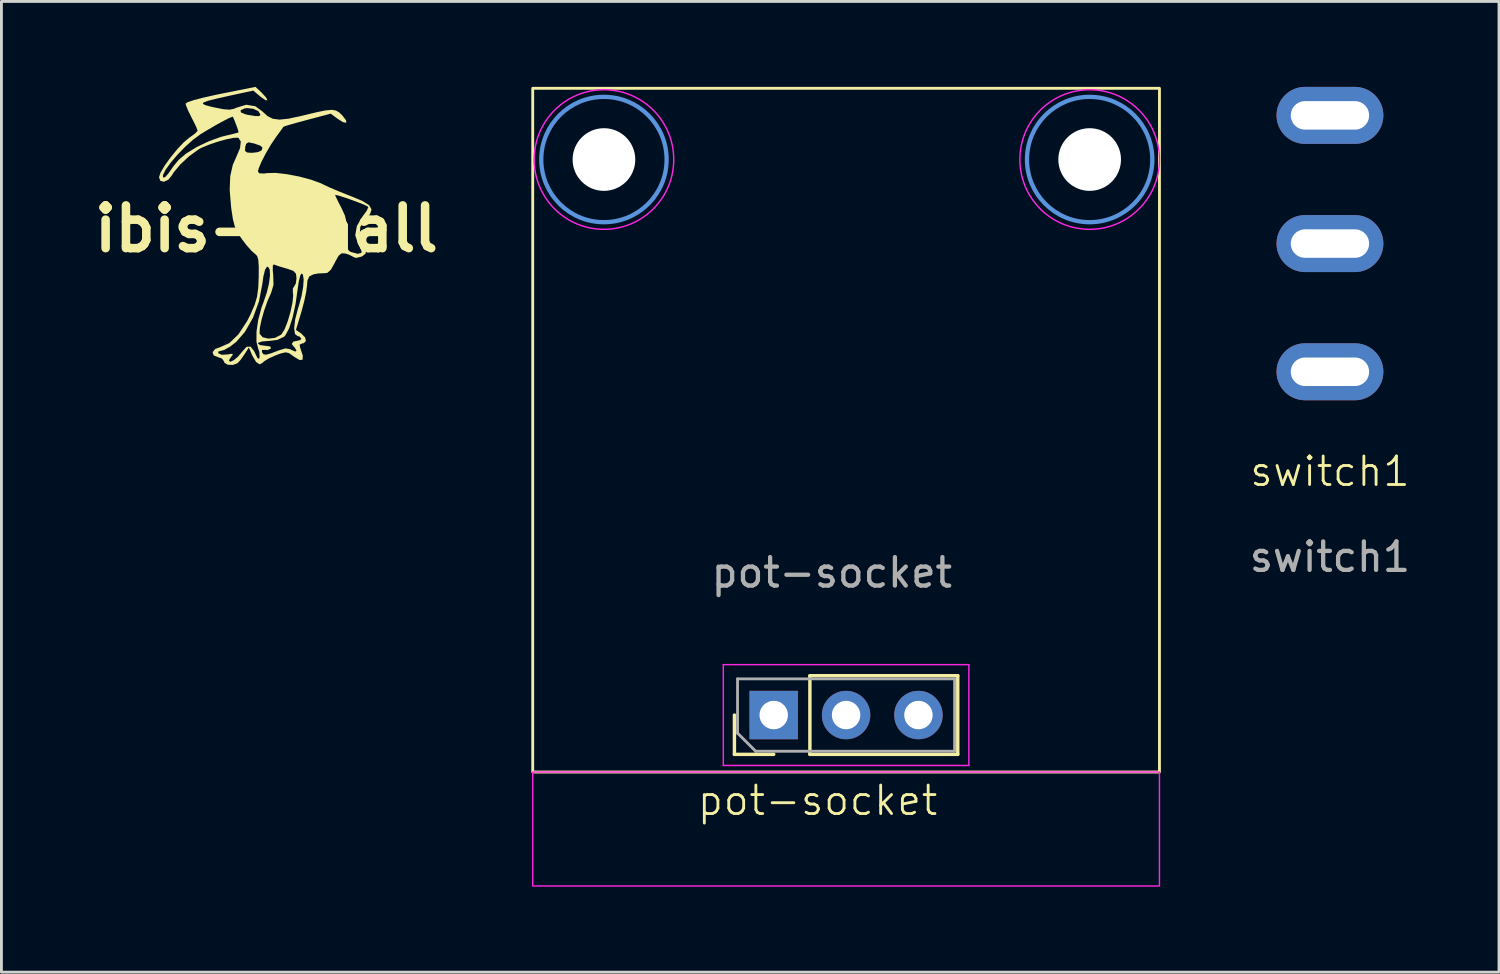
<source format=kicad_pcb>
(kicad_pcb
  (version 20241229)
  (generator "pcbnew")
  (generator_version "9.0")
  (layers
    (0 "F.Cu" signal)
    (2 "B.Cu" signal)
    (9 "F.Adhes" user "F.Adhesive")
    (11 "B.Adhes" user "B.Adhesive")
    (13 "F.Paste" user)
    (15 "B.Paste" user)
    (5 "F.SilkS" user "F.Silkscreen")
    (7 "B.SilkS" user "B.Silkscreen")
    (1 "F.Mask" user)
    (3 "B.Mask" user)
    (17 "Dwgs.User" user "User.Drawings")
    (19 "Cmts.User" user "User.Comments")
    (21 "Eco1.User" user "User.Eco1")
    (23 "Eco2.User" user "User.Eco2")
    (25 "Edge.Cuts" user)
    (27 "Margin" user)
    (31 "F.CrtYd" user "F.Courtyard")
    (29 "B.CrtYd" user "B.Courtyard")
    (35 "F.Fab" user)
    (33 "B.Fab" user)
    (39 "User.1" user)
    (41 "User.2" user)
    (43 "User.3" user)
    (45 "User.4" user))
  (footprint "ibis-small"
    (layer "F.Cu")
    (at 6.3 4.982)
    (property "Reference" "ibis-small" (at 0 0 0) (layer "F.SilkS") (effects (font (size 1.5 1.5) (thickness 0.3))))
    (attr board_only exclude_from_pos_files exclude_from_bom)
    (fp_poly (pts (xy -0.169 -4.784) (xy -0.008 -4.609) (xy 0.037 -4.513) (xy -0.028 -4.514) (xy -0.198 -4.632) (xy -0.209 -4.641) (xy -0.459 -4.852) (xy -1.237 -4.684) (xy -1.708 -4.579) (xy -2.023 -4.501) (xy -2.195 -4.441) (xy -2.233 -4.391) (xy -2.148 -4.343) (xy -1.951 -4.289) (xy -1.821 -4.26) (xy -1.5 -4.197) (xy -1.288 -4.182) (xy -1.132 -4.215) (xy -1.059 -4.248) (xy -0.706 -4.356) (xy -0.384 -4.301) (xy -0.14 -4.121) (xy 0.04 -3.957) (xy 0.229 -3.862) (xy 0.463 -3.833) (xy 0.777 -3.866) (xy 1.208 -3.958) (xy 1.318 -3.985) (xy 1.763 -4.092) (xy 2.077 -4.156) (xy 2.293 -4.176) (xy 2.442 -4.152) (xy 2.558 -4.085) (xy 2.667 -3.98) (xy 2.801 -3.803) (xy 2.803 -3.721) (xy 2.687 -3.745) (xy 2.512 -3.855) (xy 2.259 -4.042) (xy 1.437 -3.824) (xy 1.09 -3.731) (xy 0.813 -3.652) (xy 0.64 -3.598) (xy 0.6 -3.581) (xy 0.546 -3.504) (xy 0.424 -3.337) (xy 0.343 -3.227) (xy 0.159 -2.953) (xy -0.021 -2.646) (xy -0.172 -2.353) (xy -0.271 -2.118) (xy -0.296 -2.01) (xy -0.242 -1.945) (xy -0.061 -1.943) (xy 0.036 -1.956) (xy 0.329 -1.963) (xy 0.72 -1.918) (xy 1.154 -1.835) (xy 1.571 -1.724) (xy 1.914 -1.598) (xy 1.99 -1.561) (xy 2.209 -1.457) (xy 2.528 -1.321) (xy 2.887 -1.177) (xy 2.984 -1.14) (xy 3.373 -0.977) (xy 3.606 -0.83) (xy 3.692 -0.684) (xy 3.642 -0.522) (xy 3.471 -0.331) (xy 3.297 -0.065) (xy 3.276 0.251) (xy 3.387 0.55) (xy 3.487 0.75) (xy 3.488 0.865) (xy 3.381 0.953) (xy 3.339 0.977) (xy 3.145 1.023) (xy 3.064 0.992) (xy 2.903 0.909) (xy 2.77 0.866) (xy 2.641 0.861) (xy 2.538 0.942) (xy 2.424 1.144) (xy 2.399 1.197) (xy 2.264 1.438) (xy 2.141 1.546) (xy 2.042 1.558) (xy 1.817 1.567) (xy 1.651 1.599) (xy 1.505 1.672) (xy 1.442 1.818) (xy 1.429 1.972) (xy 1.399 2.21) (xy 1.33 2.539) (xy 1.236 2.892) (xy 1.229 2.918) (xy 1.038 3.55) (xy 1.218 3.669) (xy 1.358 3.809) (xy 1.39 3.941) (xy 1.307 4.017) (xy 1.261 4.022) (xy 1.167 4.066) (xy 1.186 4.17) (xy 1.279 4.451) (xy 1.271 4.596) (xy 1.163 4.605) (xy 0.954 4.478) (xy 0.923 4.453) (xy 0.79 4.361) (xy 0.672 4.336) (xy 0.503 4.376) (xy 0.33 4.44) (xy 0.089 4.548) (xy -0.084 4.654) (xy -0.125 4.696) (xy -0.232 4.76) (xy -0.361 4.674) (xy -0.493 4.451) (xy -0.506 4.422) (xy -0.614 4.165) (xy -0.771 4.411) (xy -0.902 4.597) (xy -1.009 4.715) (xy -1.014 4.719) (xy -1.178 4.778) (xy -1.354 4.771) (xy -1.469 4.705) (xy -1.482 4.663) (xy -1.554 4.557) (xy -1.671 4.514) (xy -1.85 4.443) (xy -1.889 4.329) (xy -1.873 4.31) (xy -1.691 4.31) (xy -1.688 4.369) (xy -1.566 4.422) (xy -1.368 4.41) (xy -1.201 4.386) (xy -1.174 4.419) (xy -1.209 4.46) (xy -1.299 4.587) (xy -1.312 4.634) (xy -1.262 4.669) (xy -1.141 4.609) (xy -0.992 4.484) (xy -0.859 4.325) (xy -0.857 4.321) (xy -0.698 4.144) (xy -0.558 4.134) (xy -0.43 4.293) (xy -0.389 4.381) (xy -0.307 4.546) (xy -0.255 4.558) (xy -0.238 4.513) (xy -0.245 4.322) (xy -0.286 4.211) (xy -0.333 4.022) (xy -0.296 4.022) (xy -0.223 4.081) (xy -0.045 4.106) (xy -0.037 4.106) (xy 0.139 4.13) (xy 0.165 4.198) (xy 0.046 4.257) (xy -0.046 4.25) (xy -0.156 4.253) (xy -0.151 4.334) (xy -0.103 4.405) (xy -0.007 4.418) (xy 0.171 4.369) (xy 0.446 4.264) (xy 0.669 4.198) (xy 0.831 4.224) (xy 0.891 4.257) (xy 1.018 4.308) (xy 1.058 4.281) (xy 0.997 4.166) (xy 0.974 4.149) (xy 0.89 4.041) (xy 0.953 3.956) (xy 1.058 3.937) (xy 1.196 3.902) (xy 1.228 3.852) (xy 1.159 3.777) (xy 1.101 3.768) (xy 1.005 3.694) (xy 0.976 3.49) (xy 1.012 3.179) (xy 1.113 2.787) (xy 1.141 2.701) (xy 1.234 2.366) (xy 1.291 2.047) (xy 1.31 1.782) (xy 1.285 1.61) (xy 1.236 1.566) (xy 1.188 1.643) (xy 1.139 1.844) (xy 1.102 2.095) (xy 1.024 2.643) (xy 0.92 3.118) (xy 0.799 3.493) (xy 0.668 3.738) (xy 0.621 3.789) (xy 0.383 3.9) (xy 0.075 3.937) (xy -0.149 3.954) (xy -0.281 3.998) (xy -0.296 4.022) (xy -0.333 4.022) (xy -0.348 3.961) (xy -0.346 3.678) (xy -0.237 3.678) (xy -0.236 3.685) (xy -0.128 3.808) (xy 0.073 3.855) (xy 0.305 3.827) (xy 0.511 3.72) (xy 0.537 3.697) (xy 0.64 3.528) (xy 0.748 3.252) (xy 0.845 2.925) (xy 0.914 2.605) (xy 0.942 2.348) (xy 0.931 2.242) (xy 0.93 2.09) (xy 0.97 2.034) (xy 1.034 1.918) (xy 1.058 1.734) (xy 1.038 1.574) (xy 0.948 1.478) (xy 0.744 1.404) (xy 0.698 1.392) (xy 0.461 1.322) (xy 0.293 1.263) (xy 0.262 1.248) (xy 0.226 1.293) (xy 0.225 1.47) (xy 0.24 1.601) (xy 0.251 1.969) (xy 0.166 2.25) (xy 0.04 2.536) (xy -0.078 2.872) (xy -0.173 3.208) (xy -0.231 3.494) (xy -0.237 3.678) (xy -0.346 3.678) (xy -0.346 3.605) (xy -0.285 3.189) (xy -0.169 2.762) (xy -0.1 2.576) (xy 0.015 2.24) (xy 0.093 1.914) (xy 0.128 1.63) (xy 0.117 1.425) (xy 0.058 1.332) (xy 0.021 1.333) (xy -0.045 1.434) (xy -0.104 1.669) (xy -0.144 1.954) (xy -0.259 2.548) (xy -0.469 3.119) (xy -0.752 3.617) (xy -1.052 3.964) (xy -1.277 4.139) (xy -1.48 4.252) (xy -1.572 4.276) (xy -1.691 4.31) (xy -1.873 4.31) (xy -1.792 4.216) (xy -1.629 4.158) (xy -1.3 4.012) (xy -0.98 3.705) (xy -0.677 3.243) (xy -0.549 2.988) (xy -0.409 2.661) (xy -0.326 2.377) (xy -0.284 2.062) (xy -0.269 1.691) (xy -0.267 1.323) (xy -0.283 1.09) (xy -0.322 0.956) (xy -0.391 0.885) (xy -0.395 0.883) (xy -0.52 0.774) (xy -0.696 0.575) (xy -0.842 0.387) (xy -1 0.154) (xy -1.103 -0.066) (xy -1.173 -0.33) (xy -1.229 -0.695) (xy -1.238 -0.767) (xy -1.273 -1.188) (xy 2.413 -1.188) (xy 2.45 -1.1) (xy 2.543 -0.91) (xy 2.63 -0.745) (xy 2.759 -0.462) (xy 2.819 -0.191) (xy 2.828 0.15) (xy 2.827 0.205) (xy 2.823 0.508) (xy 2.845 0.685) (xy 2.903 0.777) (xy 2.97 0.813) (xy 3.208 0.878) (xy 3.331 0.846) (xy 3.344 0.801) (xy 3.301 0.672) (xy 3.21 0.508) (xy 3.12 0.225) (xy 3.178 -0.101) (xy 3.38 -0.441) (xy 3.404 -0.471) (xy 3.529 -0.643) (xy 3.577 -0.758) (xy 3.572 -0.774) (xy 3.475 -0.826) (xy 3.277 -0.908) (xy 3.026 -1.002) (xy 2.77 -1.092) (xy 2.555 -1.161) (xy 2.428 -1.191) (xy 2.413 -1.188) (xy -1.273 -1.188) (xy -1.287 -1.365) (xy -1.269 -1.845) (xy -1.179 -2.244) (xy -1.055 -2.525) (xy -0.968 -2.731) (xy -0.749 -2.731) (xy -0.666 -2.676) (xy -0.501 -2.667) (xy -0.293 -2.692) (xy -0.169 -2.753) (xy -0.166 -2.757) (xy -0.136 -2.85) (xy -0.208 -2.918) (xy -0.412 -2.99) (xy -0.446 -3) (xy -0.627 -3.036) (xy -0.71 -2.985) (xy -0.742 -2.87) (xy -0.749 -2.731) (xy -0.968 -2.731) (xy -0.924 -2.834) (xy -0.897 -3.064) (xy -0.977 -3.19) (xy -0.995 -3.197) (xy -1.145 -3.195) (xy -1.401 -3.143) (xy -1.709 -3.057) (xy -2.02 -2.951) (xy -2.281 -2.842) (xy -2.381 -2.788) (xy -2.71 -2.548) (xy -3.018 -2.263) (xy -3.25 -1.984) (xy -3.311 -1.884) (xy -3.446 -1.72) (xy -3.599 -1.651) (xy -3.722 -1.685) (xy -3.764 -1.803) (xy -3.63 -1.803) (xy -3.558 -1.81) (xy -3.447 -1.932) (xy -3.427 -1.961) (xy -3.255 -2.204) (xy -3.077 -2.422) (xy -2.817 -2.642) (xy -2.447 -2.869) (xy -2.021 -3.073) (xy -1.595 -3.227) (xy -1.438 -3.267) (xy -1.186 -3.326) (xy -1.017 -3.371) (xy -0.974 -3.388) (xy -0.999 -3.481) (xy -1.059 -3.649) (xy -1.126 -3.822) (xy -1.174 -3.928) (xy -1.181 -3.937) (xy -1.289 -3.896) (xy -1.504 -3.788) (xy -1.785 -3.633) (xy -2.093 -3.453) (xy -2.313 -3.319) (xy -2.572 -3.128) (xy -2.849 -2.88) (xy -3.119 -2.602) (xy -3.356 -2.325) (xy -3.534 -2.078) (xy -3.629 -1.889) (xy -3.63 -1.803) (xy -3.764 -1.803) (xy -3.768 -1.812) (xy -3.713 -1.976) (xy -3.568 -2.22) (xy -3.364 -2.504) (xy -3.132 -2.789) (xy -2.901 -3.034) (xy -2.703 -3.201) (xy -2.697 -3.204) (xy -2.518 -3.333) (xy -2.42 -3.43) (xy -2.414 -3.446) (xy -2.45 -3.548) (xy -2.544 -3.747) (xy -2.625 -3.903) (xy -2.744 -4.145) (xy -2.75 -4.159) (xy -0.907 -4.159) (xy -0.89 -4.084) (xy -0.722 -4.016) (xy -0.635 -3.998) (xy -0.383 -3.958) (xy -0.256 -3.956) (xy -0.214 -3.995) (xy -0.212 -4.019) (xy -0.285 -4.134) (xy -0.464 -4.215) (xy -0.682 -4.238) (xy -0.766 -4.225) (xy -0.907 -4.159) (xy -2.75 -4.159) (xy -2.821 -4.332) (xy -2.836 -4.396) (xy -2.757 -4.448) (xy -2.535 -4.521) (xy -2.195 -4.609) (xy -1.762 -4.706) (xy -1.609 -4.737) (xy -0.381 -4.982)) (stroke (width 0) (type solid)) (fill yes) (layer "F.SilkS")))
  (footprint "switch1"
    (layer "F.Cu")
    (at 43.635 14)
    (property "Reference" "switch1" (at 0 -0.5 0) (unlocked yes) (layer "F.SilkS") (effects (font (size 1 1) (thickness 0.1))))
    (attr exclude_from_pos_files exclude_from_bom)
    (fp_text user "${REFERENCE}" (at 0 2.5 0) (unlocked yes) (layer "F.Fab") (effects (font (size 1 1) (thickness 0.15))))
    (pad "1" thru_hole oval (at 0 -4) (size 3.75 2) (drill oval 2.75 1) (layers "*.Cu" "*.Mask"))
    (pad "2" thru_hole oval (at 0 -8.5) (size 3.75 2) (drill oval 2.75 1) (layers "*.Cu" "*.Mask"))
    (pad "3" thru_hole oval (at 0 -13) (size 3.75 2) (drill oval 2.75 1) (layers "*.Cu" "*.Mask")))
  (footprint "pot-socket"
    (layer "F.Cu")
    (at 25.65 14.05)
    (property "Reference" "pot-socket" (at 0 11 0) (unlocked yes) (layer "F.SilkS") (effects (font (size 1 1) (thickness 0.1))))
    (attr smd)
    (fp_line (start -2.92 9.38) (end -2.92 8) (stroke (width 0.12) (type solid)) (layer "F.SilkS"))
    (fp_line (start -1.54 9.38) (end -2.92 9.38) (stroke (width 0.12) (type solid)) (layer "F.SilkS"))
    (fp_line (start -0.27 6.62) (end 4.92 6.62) (stroke (width 0.12) (type solid)) (layer "F.SilkS"))
    (fp_line (start -0.27 9.38) (end -0.27 6.62) (stroke (width 0.12) (type solid)) (layer "F.SilkS"))
    (fp_line (start -0.27 9.38) (end 4.92 9.38) (stroke (width 0.12) (type solid)) (layer "F.SilkS"))
    (fp_line (start 4.92 9.38) (end 4.92 6.62) (stroke (width 0.12) (type solid)) (layer "F.SilkS"))
    (fp_rect (start -10 -14) (end 12 10) (stroke (width 0.1) (type default)) (fill no) (layer "F.SilkS"))
    (fp_circle (center -7.5 -11.5) (end -5.3 -11.5) (stroke (width 0.15) (type solid)) (fill no) (layer "Cmts.User"))
    (fp_circle (center 9.55 -11.5) (end 11.75 -11.5) (stroke (width 0.15) (type solid)) (fill no) (layer "Cmts.User"))
    (fp_line (start -3.31 6.23) (end -3.31 9.77) (stroke (width 0.05) (type solid)) (layer "F.CrtYd"))
    (fp_line (start -3.31 9.77) (end 5.31 9.77) (stroke (width 0.05) (type solid)) (layer "F.CrtYd"))
    (fp_line (start 5.31 6.23) (end -3.31 6.23) (stroke (width 0.05) (type solid)) (layer "F.CrtYd"))
    (fp_line (start 5.31 9.77) (end 5.31 6.23) (stroke (width 0.05) (type solid)) (layer "F.CrtYd"))
    (fp_rect (start -10 10) (end 12 14) (stroke (width 0.05) (type default)) (fill no) (layer "F.CrtYd"))
    (fp_circle (center -7.5 -11.5) (end -5.05 -11.5) (stroke (width 0.05) (type solid)) (fill no) (layer "F.CrtYd"))
    (fp_circle (center 9.55 -11.5) (end 12 -11.5) (stroke (width 0.05) (type solid)) (fill no) (layer "F.CrtYd"))
    (fp_line (start -2.81 6.73) (end 4.81 6.73) (stroke (width 0.1) (type solid)) (layer "F.Fab"))
    (fp_line (start -2.81 8.635) (end -2.81 6.73) (stroke (width 0.1) (type solid)) (layer "F.Fab"))
    (fp_line (start -2.175 9.27) (end -2.81 8.635) (stroke (width 0.1) (type solid)) (layer "F.Fab"))
    (fp_line (start 4.81 6.73) (end 4.81 9.27) (stroke (width 0.1) (type solid)) (layer "F.Fab"))
    (fp_line (start 4.81 9.27) (end -2.175 9.27) (stroke (width 0.1) (type solid)) (layer "F.Fab"))
    (fp_text user "${REFERENCE}" (at 0.5 3 0) (unlocked yes) (layer "F.Fab") (effects (font (size 1 1) (thickness 0.15))))
    (pad "" np_thru_hole circle (at -7.5 -11.5) (size 2.2 2.2) (drill 2.2) (layers "*.Cu" "*.Mask"))
    (pad "" np_thru_hole circle (at 9.55 -11.5) (size 2.2 2.2) (drill 2.2) (layers "*.Cu" "*.Mask"))
    (pad "1" thru_hole rect (at -1.54 8 90) (size 1.7 1.7) (drill 1) (layers "*.Cu" "*.Mask"))
    (pad "2" thru_hole circle (at 1 8 90) (size 1.7 1.7) (drill 1) (layers "*.Cu" "*.Mask"))
    (pad "3" thru_hole circle (at 3.54 8 90) (size 1.7 1.7) (drill 1) (layers "*.Cu" "*.Mask")))
  (gr_rect
    (start -3 -3)
    (end 49.569 31.075)
    (stroke (width 0.1) (type default))
    (fill no)
    (layer "Edge.Cuts")))
</source>
